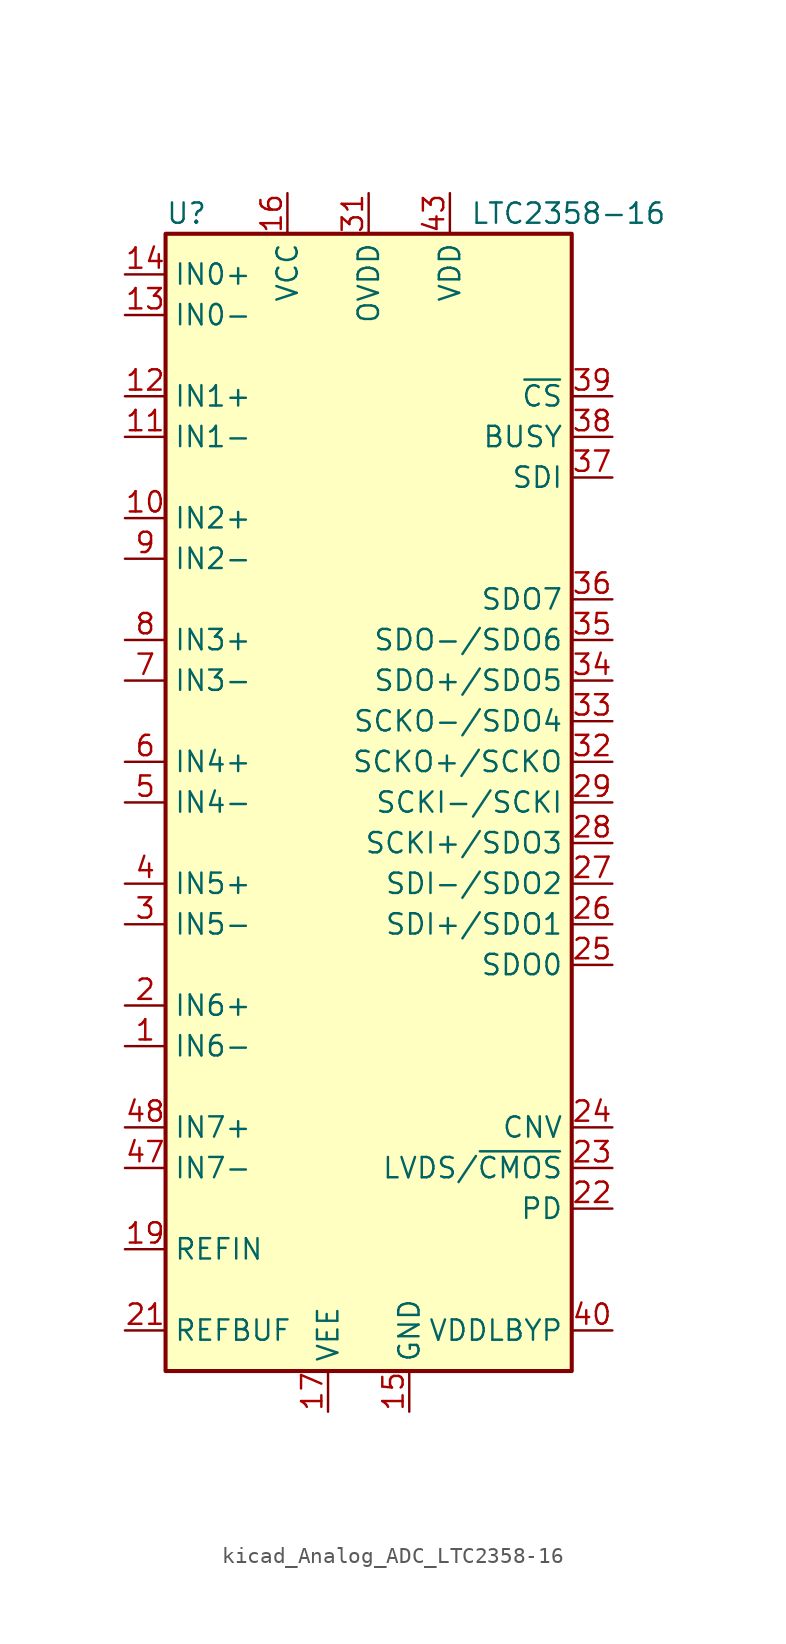
<source format=kicad_sym>
(kicad_symbol_lib
  (version 20220914)
  (generator kicad_symbol_editor)
  (symbol "kicad_Analog_ADC_LTC2358-16"
    (property "Reference" "U"
      (at -12.7 36.83 0)
      (effects (font (size 1.27 1.27)) (justify left)))
    (property "Value" "LTC2358-16"
      (at 6.35 36.83 0)
      (effects (font (size 1.27 1.27)) (justify left)))
    (symbol "kicad_Analog_ADC_LTC2358-16_0_1"
      (rectangle (start -12.7 35.56) (end 12.7 -35.56) (stroke (width 0.254) (type default)) (fill (type background))))
    (symbol "kicad_Analog_ADC_LTC2358-16_1_1"
      (pin input line (at -15.24 -15.24 0) (length 2.54) (name "IN6-" (effects (font (size 1.27 1.27)))) (number "1" (effects (font (size 1.27 1.27)))))
      (pin input line (at -15.24 17.78 0) (length 2.54) (name "IN2+" (effects (font (size 1.27 1.27)))) (number "10" (effects (font (size 1.27 1.27)))))
      (pin input line (at -15.24 22.86 0) (length 2.54) (name "IN1-" (effects (font (size 1.27 1.27)))) (number "11" (effects (font (size 1.27 1.27)))))
      (pin input line (at -15.24 25.4 0) (length 2.54) (name "IN1+" (effects (font (size 1.27 1.27)))) (number "12" (effects (font (size 1.27 1.27)))))
      (pin input line (at -15.24 30.48 0) (length 2.54) (name "IN0-" (effects (font (size 1.27 1.27)))) (number "13" (effects (font (size 1.27 1.27)))))
      (pin input line (at -15.24 33.02 0) (length 2.54) (name "IN0+" (effects (font (size 1.27 1.27)))) (number "14" (effects (font (size 1.27 1.27)))))
      (pin power_in line (at 2.54 -38.1 90) (length 2.54) (name "GND" (effects (font (size 1.27 1.27)))) (number "15" (effects (font (size 1.27 1.27)))))
      (pin power_in line (at -5.08 38.1 270) (length 2.54) (name "VCC" (effects (font (size 1.27 1.27)))) (number "16" (effects (font (size 1.27 1.27)))))
      (pin power_in line (at -2.54 -38.1 90) (length 2.54) (name "VEE" (effects (font (size 1.27 1.27)))) (number "17" (effects (font (size 1.27 1.27)))))
      (pin passive line (at 2.54 -38.1 90) (length 2.54) hide (name "GND" (effects (font (size 1.27 1.27)))) (number "18" (effects (font (size 1.27 1.27)))))
      (pin passive line (at -15.24 -27.94 0) (length 2.54) (name "REFIN" (effects (font (size 1.27 1.27)))) (number "19" (effects (font (size 1.27 1.27)))))
      (pin input line (at -15.24 -12.7 0) (length 2.54) (name "IN6+" (effects (font (size 1.27 1.27)))) (number "2" (effects (font (size 1.27 1.27)))))
      (pin passive line (at 2.54 -38.1 90) (length 2.54) hide (name "GND" (effects (font (size 1.27 1.27)))) (number "20" (effects (font (size 1.27 1.27)))))
      (pin passive line (at -15.24 -33.02 0) (length 2.54) (name "REFBUF" (effects (font (size 1.27 1.27)))) (number "21" (effects (font (size 1.27 1.27)))))
      (pin input line (at 15.24 -25.4 180) (length 2.54) (name "PD" (effects (font (size 1.27 1.27)))) (number "22" (effects (font (size 1.27 1.27)))))
      (pin input line (at 15.24 -22.86 180) (length 2.54) (name "LVDS/~{CMOS}" (effects (font (size 1.27 1.27)))) (number "23" (effects (font (size 1.27 1.27)))))
      (pin input line (at 15.24 -20.32 180) (length 2.54) (name "CNV" (effects (font (size 1.27 1.27)))) (number "24" (effects (font (size 1.27 1.27)))))
      (pin tri_state line (at 15.24 -10.16 180) (length 2.54) (name "SDO0" (effects (font (size 1.27 1.27)))) (number "25" (effects (font (size 1.27 1.27)))))
      (pin bidirectional line (at 15.24 -7.62 180) (length 2.54) (name "SDI+/SDO1" (effects (font (size 1.27 1.27)))) (number "26" (effects (font (size 1.27 1.27)))))
      (pin bidirectional line (at 15.24 -5.08 180) (length 2.54) (name "SDI-/SDO2" (effects (font (size 1.27 1.27)))) (number "27" (effects (font (size 1.27 1.27)))))
      (pin bidirectional line (at 15.24 -2.54 180) (length 2.54) (name "SCKI+/SDO3" (effects (font (size 1.27 1.27)))) (number "28" (effects (font (size 1.27 1.27)))))
      (pin input line (at 15.24 0 180) (length 2.54) (name "SCKI-/SCKI" (effects (font (size 1.27 1.27)))) (number "29" (effects (font (size 1.27 1.27)))))
      (pin input line (at -15.24 -7.62 0) (length 2.54) (name "IN5-" (effects (font (size 1.27 1.27)))) (number "3" (effects (font (size 1.27 1.27)))))
      (pin passive line (at 2.54 -38.1 90) (length 2.54) hide (name "GND" (effects (font (size 1.27 1.27)))) (number "30" (effects (font (size 1.27 1.27)))))
      (pin power_in line (at 0 38.1 270) (length 2.54) (name "OVDD" (effects (font (size 1.27 1.27)))) (number "31" (effects (font (size 1.27 1.27)))))
      (pin tri_state line (at 15.24 2.54 180) (length 2.54) (name "SCKO+/SCKO" (effects (font (size 1.27 1.27)))) (number "32" (effects (font (size 1.27 1.27)))))
      (pin tri_state line (at 15.24 5.08 180) (length 2.54) (name "SCKO-/SDO4" (effects (font (size 1.27 1.27)))) (number "33" (effects (font (size 1.27 1.27)))))
      (pin tri_state line (at 15.24 7.62 180) (length 2.54) (name "SDO+/SDO5" (effects (font (size 1.27 1.27)))) (number "34" (effects (font (size 1.27 1.27)))))
      (pin tri_state line (at 15.24 10.16 180) (length 2.54) (name "SDO-/SDO6" (effects (font (size 1.27 1.27)))) (number "35" (effects (font (size 1.27 1.27)))))
      (pin tri_state line (at 15.24 12.7 180) (length 2.54) (name "SDO7" (effects (font (size 1.27 1.27)))) (number "36" (effects (font (size 1.27 1.27)))))
      (pin input line (at 15.24 20.32 180) (length 2.54) (name "SDI" (effects (font (size 1.27 1.27)))) (number "37" (effects (font (size 1.27 1.27)))))
      (pin output line (at 15.24 22.86 180) (length 2.54) (name "BUSY" (effects (font (size 1.27 1.27)))) (number "38" (effects (font (size 1.27 1.27)))))
      (pin input line (at 15.24 25.4 180) (length 2.54) (name "~{CS}" (effects (font (size 1.27 1.27)))) (number "39" (effects (font (size 1.27 1.27)))))
      (pin input line (at -15.24 -5.08 0) (length 2.54) (name "IN5+" (effects (font (size 1.27 1.27)))) (number "4" (effects (font (size 1.27 1.27)))))
      (pin passive line (at 15.24 -33.02 180) (length 2.54) (name "VDDLBYP" (effects (font (size 1.27 1.27)))) (number "40" (effects (font (size 1.27 1.27)))))
      (pin passive line (at 2.54 -38.1 90) (length 2.54) hide (name "GND" (effects (font (size 1.27 1.27)))) (number "41" (effects (font (size 1.27 1.27)))))
      (pin passive line (at 5.08 38.1 270) (length 2.54) hide (name "VDD" (effects (font (size 1.27 1.27)))) (number "42" (effects (font (size 1.27 1.27)))))
      (pin power_in line (at 5.08 38.1 270) (length 2.54) (name "VDD" (effects (font (size 1.27 1.27)))) (number "43" (effects (font (size 1.27 1.27)))))
      (pin passive line (at 2.54 -38.1 90) (length 2.54) hide (name "GND" (effects (font (size 1.27 1.27)))) (number "44" (effects (font (size 1.27 1.27)))))
      (pin passive line (at -2.54 -38.1 90) (length 2.54) hide (name "VEE" (effects (font (size 1.27 1.27)))) (number "45" (effects (font (size 1.27 1.27)))))
      (pin passive line (at 2.54 -38.1 90) (length 2.54) hide (name "GND" (effects (font (size 1.27 1.27)))) (number "46" (effects (font (size 1.27 1.27)))))
      (pin input line (at -15.24 -22.86 0) (length 2.54) (name "IN7-" (effects (font (size 1.27 1.27)))) (number "47" (effects (font (size 1.27 1.27)))))
      (pin input line (at -15.24 -20.32 0) (length 2.54) (name "IN7+" (effects (font (size 1.27 1.27)))) (number "48" (effects (font (size 1.27 1.27)))))
      (pin input line (at -15.24 0 0) (length 2.54) (name "IN4-" (effects (font (size 1.27 1.27)))) (number "5" (effects (font (size 1.27 1.27)))))
      (pin input line (at -15.24 2.54 0) (length 2.54) (name "IN4+" (effects (font (size 1.27 1.27)))) (number "6" (effects (font (size 1.27 1.27)))))
      (pin input line (at -15.24 7.62 0) (length 2.54) (name "IN3-" (effects (font (size 1.27 1.27)))) (number "7" (effects (font (size 1.27 1.27)))))
      (pin input line (at -15.24 10.16 0) (length 2.54) (name "IN3+" (effects (font (size 1.27 1.27)))) (number "8" (effects (font (size 1.27 1.27)))))
      (pin input line (at -15.24 15.24 0) (length 2.54) (name "IN2-" (effects (font (size 1.27 1.27)))) (number "9" (effects (font (size 1.27 1.27))))))))
</source>
